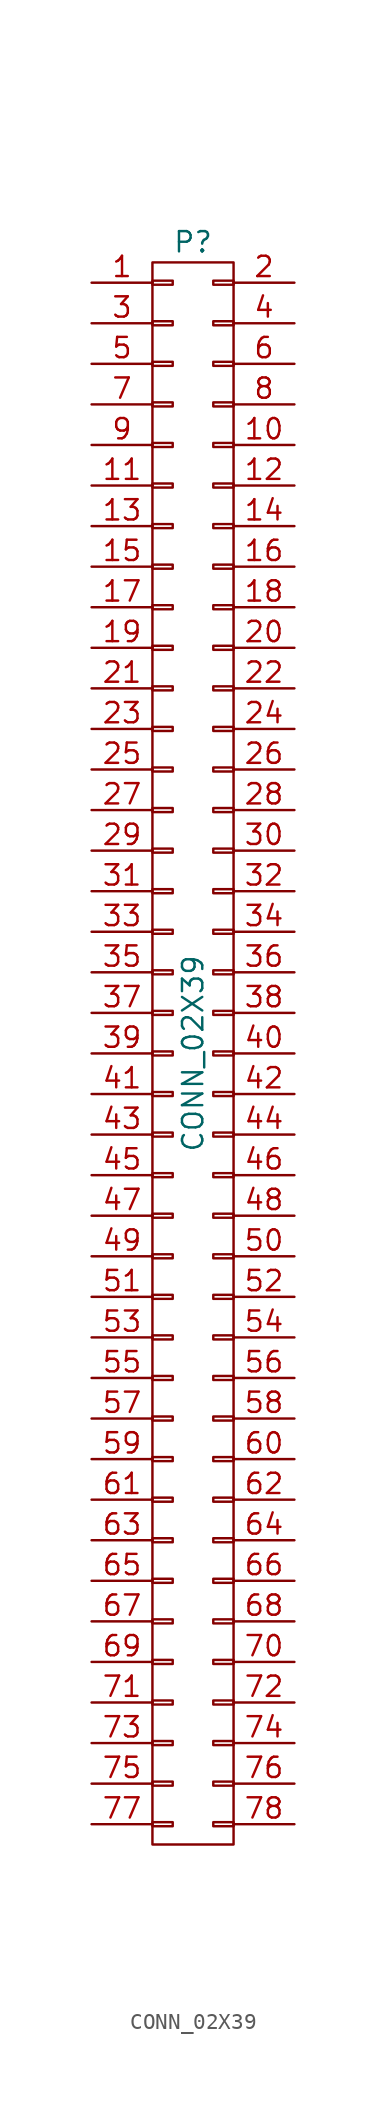
<source format=kicad_sym>
(kicad_symbol_lib
  (version 20211014)
  (generator kicad_symbol_editor)
  (symbol "CONN_02X39"
    (pin_names
      (offset 0.025) hide)
    (property "Reference" "P"
      (at 0 50.8 0)
      (effects (font (size 1.27 1.27))))
    (property "Value" "CONN_02X39"
      (at 0 0 90)
      (effects (font (size 1.27 1.27))))
    (property "Footprint" ""
      (at 0 -1.27 0)
      (effects (font (size 1.27 1.27))))
    (property "Datasheet" ""
      (at 0 -1.27 0)
      (effects (font (size 1.27 1.27))))
    (symbol "CONN_02X39_0_1"
      (rectangle (start -2.54 -49.53) (end 2.54 49.53) (stroke (width 0) (type default) (color 0 0 0 0)) (fill (type none)))
      (rectangle (start -2.54 -48.133) (end -1.27 -48.387) (stroke (width 0) (type default) (color 0 0 0 0)) (fill (type none)))
      (rectangle (start -2.54 -45.593) (end -1.27 -45.847) (stroke (width 0) (type default) (color 0 0 0 0)) (fill (type none)))
      (rectangle (start -2.54 -43.053) (end -1.27 -43.307) (stroke (width 0) (type default) (color 0 0 0 0)) (fill (type none)))
      (rectangle (start -2.54 -40.513) (end -1.27 -40.767) (stroke (width 0) (type default) (color 0 0 0 0)) (fill (type none)))
      (rectangle (start -2.54 -37.973) (end -1.27 -38.227) (stroke (width 0) (type default) (color 0 0 0 0)) (fill (type none)))
      (rectangle (start -2.54 -35.433) (end -1.27 -35.687) (stroke (width 0) (type default) (color 0 0 0 0)) (fill (type none)))
      (rectangle (start -2.54 -32.893) (end -1.27 -33.147) (stroke (width 0) (type default) (color 0 0 0 0)) (fill (type none)))
      (rectangle (start -2.54 -30.353) (end -1.27 -30.607) (stroke (width 0) (type default) (color 0 0 0 0)) (fill (type none)))
      (rectangle (start -2.54 -27.813) (end -1.27 -28.067) (stroke (width 0) (type default) (color 0 0 0 0)) (fill (type none)))
      (rectangle (start -2.54 -25.273) (end -1.27 -25.527) (stroke (width 0) (type default) (color 0 0 0 0)) (fill (type none)))
      (rectangle (start -2.54 -22.733) (end -1.27 -22.987) (stroke (width 0) (type default) (color 0 0 0 0)) (fill (type none)))
      (rectangle (start -2.54 -20.193) (end -1.27 -20.447) (stroke (width 0) (type default) (color 0 0 0 0)) (fill (type none)))
      (rectangle (start -2.54 -17.653) (end -1.27 -17.907) (stroke (width 0) (type default) (color 0 0 0 0)) (fill (type none)))
      (rectangle (start -2.54 -15.113) (end -1.27 -15.367) (stroke (width 0) (type default) (color 0 0 0 0)) (fill (type none)))
      (rectangle (start -2.54 -12.573) (end -1.27 -12.827) (stroke (width 0) (type default) (color 0 0 0 0)) (fill (type none)))
      (rectangle (start -2.54 -10.033) (end -1.27 -10.287) (stroke (width 0) (type default) (color 0 0 0 0)) (fill (type none)))
      (rectangle (start -2.54 -7.493) (end -1.27 -7.747) (stroke (width 0) (type default) (color 0 0 0 0)) (fill (type none)))
      (rectangle (start -2.54 -4.953) (end -1.27 -5.207) (stroke (width 0) (type default) (color 0 0 0 0)) (fill (type none)))
      (rectangle (start -2.54 -2.413) (end -1.27 -2.667) (stroke (width 0) (type default) (color 0 0 0 0)) (fill (type none)))
      (rectangle (start -2.54 0.127) (end -1.27 -0.127) (stroke (width 0) (type default) (color 0 0 0 0)) (fill (type none)))
      (rectangle (start -2.54 2.667) (end -1.27 2.413) (stroke (width 0) (type default) (color 0 0 0 0)) (fill (type none)))
      (rectangle (start -2.54 5.207) (end -1.27 4.953) (stroke (width 0) (type default) (color 0 0 0 0)) (fill (type none)))
      (rectangle (start -2.54 7.747) (end -1.27 7.493) (stroke (width 0) (type default) (color 0 0 0 0)) (fill (type none)))
      (rectangle (start -2.54 10.287) (end -1.27 10.033) (stroke (width 0) (type default) (color 0 0 0 0)) (fill (type none)))
      (rectangle (start -2.54 12.827) (end -1.27 12.573) (stroke (width 0) (type default) (color 0 0 0 0)) (fill (type none)))
      (rectangle (start -2.54 15.367) (end -1.27 15.113) (stroke (width 0) (type default) (color 0 0 0 0)) (fill (type none)))
      (rectangle (start -2.54 17.907) (end -1.27 17.653) (stroke (width 0) (type default) (color 0 0 0 0)) (fill (type none)))
      (rectangle (start -2.54 20.447) (end -1.27 20.193) (stroke (width 0) (type default) (color 0 0 0 0)) (fill (type none)))
      (rectangle (start -2.54 22.987) (end -1.27 22.733) (stroke (width 0) (type default) (color 0 0 0 0)) (fill (type none)))
      (rectangle (start -2.54 25.527) (end -1.27 25.273) (stroke (width 0) (type default) (color 0 0 0 0)) (fill (type none)))
      (rectangle (start -2.54 28.067) (end -1.27 27.813) (stroke (width 0) (type default) (color 0 0 0 0)) (fill (type none)))
      (rectangle (start -2.54 30.607) (end -1.27 30.353) (stroke (width 0) (type default) (color 0 0 0 0)) (fill (type none)))
      (rectangle (start -2.54 33.147) (end -1.27 32.893) (stroke (width 0) (type default) (color 0 0 0 0)) (fill (type none)))
      (rectangle (start -2.54 35.687) (end -1.27 35.433) (stroke (width 0) (type default) (color 0 0 0 0)) (fill (type none)))
      (rectangle (start -2.54 38.227) (end -1.27 37.973) (stroke (width 0) (type default) (color 0 0 0 0)) (fill (type none)))
      (rectangle (start -2.54 40.767) (end -1.27 40.513) (stroke (width 0) (type default) (color 0 0 0 0)) (fill (type none)))
      (rectangle (start -2.54 43.307) (end -1.27 43.053) (stroke (width 0) (type default) (color 0 0 0 0)) (fill (type none)))
      (rectangle (start -2.54 45.847) (end -1.27 45.593) (stroke (width 0) (type default) (color 0 0 0 0)) (fill (type none)))
      (rectangle (start -2.54 48.387) (end -1.27 48.133) (stroke (width 0) (type default) (color 0 0 0 0)) (fill (type none)))
      (rectangle (start 1.27 -48.133) (end 2.54 -48.387) (stroke (width 0) (type default) (color 0 0 0 0)) (fill (type none)))
      (rectangle (start 1.27 -45.593) (end 2.54 -45.847) (stroke (width 0) (type default) (color 0 0 0 0)) (fill (type none)))
      (rectangle (start 1.27 -43.053) (end 2.54 -43.307) (stroke (width 0) (type default) (color 0 0 0 0)) (fill (type none)))
      (rectangle (start 1.27 -40.513) (end 2.54 -40.767) (stroke (width 0) (type default) (color 0 0 0 0)) (fill (type none)))
      (rectangle (start 1.27 -37.973) (end 2.54 -38.227) (stroke (width 0) (type default) (color 0 0 0 0)) (fill (type none)))
      (rectangle (start 1.27 -35.433) (end 2.54 -35.687) (stroke (width 0) (type default) (color 0 0 0 0)) (fill (type none)))
      (rectangle (start 1.27 -32.893) (end 2.54 -33.147) (stroke (width 0) (type default) (color 0 0 0 0)) (fill (type none)))
      (rectangle (start 1.27 -30.353) (end 2.54 -30.607) (stroke (width 0) (type default) (color 0 0 0 0)) (fill (type none)))
      (rectangle (start 1.27 -27.813) (end 2.54 -28.067) (stroke (width 0) (type default) (color 0 0 0 0)) (fill (type none)))
      (rectangle (start 1.27 -25.273) (end 2.54 -25.527) (stroke (width 0) (type default) (color 0 0 0 0)) (fill (type none)))
      (rectangle (start 1.27 -22.733) (end 2.54 -22.987) (stroke (width 0) (type default) (color 0 0 0 0)) (fill (type none)))
      (rectangle (start 1.27 -20.193) (end 2.54 -20.447) (stroke (width 0) (type default) (color 0 0 0 0)) (fill (type none)))
      (rectangle (start 1.27 -17.653) (end 2.54 -17.907) (stroke (width 0) (type default) (color 0 0 0 0)) (fill (type none)))
      (rectangle (start 1.27 -15.113) (end 2.54 -15.367) (stroke (width 0) (type default) (color 0 0 0 0)) (fill (type none)))
      (rectangle (start 1.27 -12.573) (end 2.54 -12.827) (stroke (width 0) (type default) (color 0 0 0 0)) (fill (type none)))
      (rectangle (start 1.27 -10.033) (end 2.54 -10.287) (stroke (width 0) (type default) (color 0 0 0 0)) (fill (type none)))
      (rectangle (start 1.27 -7.493) (end 2.54 -7.747) (stroke (width 0) (type default) (color 0 0 0 0)) (fill (type none)))
      (rectangle (start 1.27 -4.953) (end 2.54 -5.207) (stroke (width 0) (type default) (color 0 0 0 0)) (fill (type none)))
      (rectangle (start 1.27 -2.413) (end 2.54 -2.667) (stroke (width 0) (type default) (color 0 0 0 0)) (fill (type none)))
      (rectangle (start 1.27 0.127) (end 2.54 -0.127) (stroke (width 0) (type default) (color 0 0 0 0)) (fill (type none)))
      (rectangle (start 1.27 2.667) (end 2.54 2.413) (stroke (width 0) (type default) (color 0 0 0 0)) (fill (type none)))
      (rectangle (start 1.27 5.207) (end 2.54 4.953) (stroke (width 0) (type default) (color 0 0 0 0)) (fill (type none)))
      (rectangle (start 1.27 7.747) (end 2.54 7.493) (stroke (width 0) (type default) (color 0 0 0 0)) (fill (type none)))
      (rectangle (start 1.27 10.287) (end 2.54 10.033) (stroke (width 0) (type default) (color 0 0 0 0)) (fill (type none)))
      (rectangle (start 1.27 12.827) (end 2.54 12.573) (stroke (width 0) (type default) (color 0 0 0 0)) (fill (type none)))
      (rectangle (start 1.27 15.367) (end 2.54 15.113) (stroke (width 0) (type default) (color 0 0 0 0)) (fill (type none)))
      (rectangle (start 1.27 17.907) (end 2.54 17.653) (stroke (width 0) (type default) (color 0 0 0 0)) (fill (type none)))
      (rectangle (start 1.27 20.447) (end 2.54 20.193) (stroke (width 0) (type default) (color 0 0 0 0)) (fill (type none)))
      (rectangle (start 1.27 22.987) (end 2.54 22.733) (stroke (width 0) (type default) (color 0 0 0 0)) (fill (type none)))
      (rectangle (start 1.27 25.527) (end 2.54 25.273) (stroke (width 0) (type default) (color 0 0 0 0)) (fill (type none)))
      (rectangle (start 1.27 28.067) (end 2.54 27.813) (stroke (width 0) (type default) (color 0 0 0 0)) (fill (type none)))
      (rectangle (start 1.27 30.607) (end 2.54 30.353) (stroke (width 0) (type default) (color 0 0 0 0)) (fill (type none)))
      (rectangle (start 1.27 33.147) (end 2.54 32.893) (stroke (width 0) (type default) (color 0 0 0 0)) (fill (type none)))
      (rectangle (start 1.27 35.687) (end 2.54 35.433) (stroke (width 0) (type default) (color 0 0 0 0)) (fill (type none)))
      (rectangle (start 1.27 38.227) (end 2.54 37.973) (stroke (width 0) (type default) (color 0 0 0 0)) (fill (type none)))
      (rectangle (start 1.27 40.767) (end 2.54 40.513) (stroke (width 0) (type default) (color 0 0 0 0)) (fill (type none)))
      (rectangle (start 1.27 43.307) (end 2.54 43.053) (stroke (width 0) (type default) (color 0 0 0 0)) (fill (type none)))
      (rectangle (start 1.27 45.847) (end 2.54 45.593) (stroke (width 0) (type default) (color 0 0 0 0)) (fill (type none)))
      (rectangle (start 1.27 48.387) (end 2.54 48.133) (stroke (width 0) (type default) (color 0 0 0 0)) (fill (type none))))
    (symbol "CONN_02X39_1_1"
      (pin passive line (at -6.35 48.26 0) (length 3.81) (name "P1" (effects (font (size 1.27 1.27)))) (number "1" (effects (font (size 1.27 1.27)))))
      (pin passive line (at 6.35 38.1 180) (length 3.81) (name "P10" (effects (font (size 1.27 1.27)))) (number "10" (effects (font (size 1.27 1.27)))))
      (pin passive line (at -6.35 35.56 0) (length 3.81) (name "P11" (effects (font (size 1.27 1.27)))) (number "11" (effects (font (size 1.27 1.27)))))
      (pin passive line (at 6.35 35.56 180) (length 3.81) (name "P12" (effects (font (size 1.27 1.27)))) (number "12" (effects (font (size 1.27 1.27)))))
      (pin passive line (at -6.35 33.02 0) (length 3.81) (name "P13" (effects (font (size 1.27 1.27)))) (number "13" (effects (font (size 1.27 1.27)))))
      (pin passive line (at 6.35 33.02 180) (length 3.81) (name "P14" (effects (font (size 1.27 1.27)))) (number "14" (effects (font (size 1.27 1.27)))))
      (pin passive line (at -6.35 30.48 0) (length 3.81) (name "P15" (effects (font (size 1.27 1.27)))) (number "15" (effects (font (size 1.27 1.27)))))
      (pin passive line (at 6.35 30.48 180) (length 3.81) (name "P16" (effects (font (size 1.27 1.27)))) (number "16" (effects (font (size 1.27 1.27)))))
      (pin passive line (at -6.35 27.94 0) (length 3.81) (name "P17" (effects (font (size 1.27 1.27)))) (number "17" (effects (font (size 1.27 1.27)))))
      (pin passive line (at 6.35 27.94 180) (length 3.81) (name "P18" (effects (font (size 1.27 1.27)))) (number "18" (effects (font (size 1.27 1.27)))))
      (pin passive line (at -6.35 25.4 0) (length 3.81) (name "P19" (effects (font (size 1.27 1.27)))) (number "19" (effects (font (size 1.27 1.27)))))
      (pin passive line (at 6.35 48.26 180) (length 3.81) (name "P2" (effects (font (size 1.27 1.27)))) (number "2" (effects (font (size 1.27 1.27)))))
      (pin passive line (at 6.35 25.4 180) (length 3.81) (name "P20" (effects (font (size 1.27 1.27)))) (number "20" (effects (font (size 1.27 1.27)))))
      (pin passive line (at -6.35 22.86 0) (length 3.81) (name "P21" (effects (font (size 1.27 1.27)))) (number "21" (effects (font (size 1.27 1.27)))))
      (pin passive line (at 6.35 22.86 180) (length 3.81) (name "P22" (effects (font (size 1.27 1.27)))) (number "22" (effects (font (size 1.27 1.27)))))
      (pin passive line (at -6.35 20.32 0) (length 3.81) (name "P23" (effects (font (size 1.27 1.27)))) (number "23" (effects (font (size 1.27 1.27)))))
      (pin passive line (at 6.35 20.32 180) (length 3.81) (name "P24" (effects (font (size 1.27 1.27)))) (number "24" (effects (font (size 1.27 1.27)))))
      (pin passive line (at -6.35 17.78 0) (length 3.81) (name "P25" (effects (font (size 1.27 1.27)))) (number "25" (effects (font (size 1.27 1.27)))))
      (pin passive line (at 6.35 17.78 180) (length 3.81) (name "P26" (effects (font (size 1.27 1.27)))) (number "26" (effects (font (size 1.27 1.27)))))
      (pin passive line (at -6.35 15.24 0) (length 3.81) (name "P27" (effects (font (size 1.27 1.27)))) (number "27" (effects (font (size 1.27 1.27)))))
      (pin passive line (at 6.35 15.24 180) (length 3.81) (name "P28" (effects (font (size 1.27 1.27)))) (number "28" (effects (font (size 1.27 1.27)))))
      (pin passive line (at -6.35 12.7 0) (length 3.81) (name "P29" (effects (font (size 1.27 1.27)))) (number "29" (effects (font (size 1.27 1.27)))))
      (pin passive line (at -6.35 45.72 0) (length 3.81) (name "P3" (effects (font (size 1.27 1.27)))) (number "3" (effects (font (size 1.27 1.27)))))
      (pin passive line (at 6.35 12.7 180) (length 3.81) (name "P30" (effects (font (size 1.27 1.27)))) (number "30" (effects (font (size 1.27 1.27)))))
      (pin passive line (at -6.35 10.16 0) (length 3.81) (name "P31" (effects (font (size 1.27 1.27)))) (number "31" (effects (font (size 1.27 1.27)))))
      (pin passive line (at 6.35 10.16 180) (length 3.81) (name "P32" (effects (font (size 1.27 1.27)))) (number "32" (effects (font (size 1.27 1.27)))))
      (pin passive line (at -6.35 7.62 0) (length 3.81) (name "P33" (effects (font (size 1.27 1.27)))) (number "33" (effects (font (size 1.27 1.27)))))
      (pin passive line (at 6.35 7.62 180) (length 3.81) (name "P34" (effects (font (size 1.27 1.27)))) (number "34" (effects (font (size 1.27 1.27)))))
      (pin passive line (at -6.35 5.08 0) (length 3.81) (name "P35" (effects (font (size 1.27 1.27)))) (number "35" (effects (font (size 1.27 1.27)))))
      (pin passive line (at 6.35 5.08 180) (length 3.81) (name "P36" (effects (font (size 1.27 1.27)))) (number "36" (effects (font (size 1.27 1.27)))))
      (pin passive line (at -6.35 2.54 0) (length 3.81) (name "P37" (effects (font (size 1.27 1.27)))) (number "37" (effects (font (size 1.27 1.27)))))
      (pin passive line (at 6.35 2.54 180) (length 3.81) (name "P38" (effects (font (size 1.27 1.27)))) (number "38" (effects (font (size 1.27 1.27)))))
      (pin passive line (at -6.35 0 0) (length 3.81) (name "P39" (effects (font (size 1.27 1.27)))) (number "39" (effects (font (size 1.27 1.27)))))
      (pin passive line (at 6.35 45.72 180) (length 3.81) (name "P4" (effects (font (size 1.27 1.27)))) (number "4" (effects (font (size 1.27 1.27)))))
      (pin passive line (at 6.35 0 180) (length 3.81) (name "P40" (effects (font (size 1.27 1.27)))) (number "40" (effects (font (size 1.27 1.27)))))
      (pin passive line (at -6.35 -2.54 0) (length 3.81) (name "P41" (effects (font (size 1.27 1.27)))) (number "41" (effects (font (size 1.27 1.27)))))
      (pin passive line (at 6.35 -2.54 180) (length 3.81) (name "P42" (effects (font (size 1.27 1.27)))) (number "42" (effects (font (size 1.27 1.27)))))
      (pin passive line (at -6.35 -5.08 0) (length 3.81) (name "P43" (effects (font (size 1.27 1.27)))) (number "43" (effects (font (size 1.27 1.27)))))
      (pin passive line (at 6.35 -5.08 180) (length 3.81) (name "P44" (effects (font (size 1.27 1.27)))) (number "44" (effects (font (size 1.27 1.27)))))
      (pin passive line (at -6.35 -7.62 0) (length 3.81) (name "P45" (effects (font (size 1.27 1.27)))) (number "45" (effects (font (size 1.27 1.27)))))
      (pin passive line (at 6.35 -7.62 180) (length 3.81) (name "P46" (effects (font (size 1.27 1.27)))) (number "46" (effects (font (size 1.27 1.27)))))
      (pin passive line (at -6.35 -10.16 0) (length 3.81) (name "P47" (effects (font (size 1.27 1.27)))) (number "47" (effects (font (size 1.27 1.27)))))
      (pin passive line (at 6.35 -10.16 180) (length 3.81) (name "P48" (effects (font (size 1.27 1.27)))) (number "48" (effects (font (size 1.27 1.27)))))
      (pin passive line (at -6.35 -12.7 0) (length 3.81) (name "P49" (effects (font (size 1.27 1.27)))) (number "49" (effects (font (size 1.27 1.27)))))
      (pin passive line (at -6.35 43.18 0) (length 3.81) (name "P5" (effects (font (size 1.27 1.27)))) (number "5" (effects (font (size 1.27 1.27)))))
      (pin passive line (at 6.35 -12.7 180) (length 3.81) (name "P50" (effects (font (size 1.27 1.27)))) (number "50" (effects (font (size 1.27 1.27)))))
      (pin passive line (at -6.35 -15.24 0) (length 3.81) (name "P51" (effects (font (size 1.27 1.27)))) (number "51" (effects (font (size 1.27 1.27)))))
      (pin passive line (at 6.35 -15.24 180) (length 3.81) (name "P52" (effects (font (size 1.27 1.27)))) (number "52" (effects (font (size 1.27 1.27)))))
      (pin passive line (at -6.35 -17.78 0) (length 3.81) (name "P53" (effects (font (size 1.27 1.27)))) (number "53" (effects (font (size 1.27 1.27)))))
      (pin passive line (at 6.35 -17.78 180) (length 3.81) (name "P54" (effects (font (size 1.27 1.27)))) (number "54" (effects (font (size 1.27 1.27)))))
      (pin passive line (at -6.35 -20.32 0) (length 3.81) (name "P55" (effects (font (size 1.27 1.27)))) (number "55" (effects (font (size 1.27 1.27)))))
      (pin passive line (at 6.35 -20.32 180) (length 3.81) (name "P56" (effects (font (size 1.27 1.27)))) (number "56" (effects (font (size 1.27 1.27)))))
      (pin passive line (at -6.35 -22.86 0) (length 3.81) (name "P57" (effects (font (size 1.27 1.27)))) (number "57" (effects (font (size 1.27 1.27)))))
      (pin passive line (at 6.35 -22.86 180) (length 3.81) (name "P58" (effects (font (size 1.27 1.27)))) (number "58" (effects (font (size 1.27 1.27)))))
      (pin passive line (at -6.35 -25.4 0) (length 3.81) (name "P59" (effects (font (size 1.27 1.27)))) (number "59" (effects (font (size 1.27 1.27)))))
      (pin passive line (at 6.35 43.18 180) (length 3.81) (name "P6" (effects (font (size 1.27 1.27)))) (number "6" (effects (font (size 1.27 1.27)))))
      (pin passive line (at 6.35 -25.4 180) (length 3.81) (name "P60" (effects (font (size 1.27 1.27)))) (number "60" (effects (font (size 1.27 1.27)))))
      (pin passive line (at -6.35 -27.94 0) (length 3.81) (name "P61" (effects (font (size 1.27 1.27)))) (number "61" (effects (font (size 1.27 1.27)))))
      (pin passive line (at 6.35 -27.94 180) (length 3.81) (name "P62" (effects (font (size 1.27 1.27)))) (number "62" (effects (font (size 1.27 1.27)))))
      (pin passive line (at -6.35 -30.48 0) (length 3.81) (name "P63" (effects (font (size 1.27 1.27)))) (number "63" (effects (font (size 1.27 1.27)))))
      (pin passive line (at 6.35 -30.48 180) (length 3.81) (name "P64" (effects (font (size 1.27 1.27)))) (number "64" (effects (font (size 1.27 1.27)))))
      (pin passive line (at -6.35 -33.02 0) (length 3.81) (name "P65" (effects (font (size 1.27 1.27)))) (number "65" (effects (font (size 1.27 1.27)))))
      (pin passive line (at 6.35 -33.02 180) (length 3.81) (name "P66" (effects (font (size 1.27 1.27)))) (number "66" (effects (font (size 1.27 1.27)))))
      (pin passive line (at -6.35 -35.56 0) (length 3.81) (name "P67" (effects (font (size 1.27 1.27)))) (number "67" (effects (font (size 1.27 1.27)))))
      (pin passive line (at 6.35 -35.56 180) (length 3.81) (name "P68" (effects (font (size 1.27 1.27)))) (number "68" (effects (font (size 1.27 1.27)))))
      (pin passive line (at -6.35 -38.1 0) (length 3.81) (name "P69" (effects (font (size 1.27 1.27)))) (number "69" (effects (font (size 1.27 1.27)))))
      (pin passive line (at -6.35 40.64 0) (length 3.81) (name "P7" (effects (font (size 1.27 1.27)))) (number "7" (effects (font (size 1.27 1.27)))))
      (pin passive line (at 6.35 -38.1 180) (length 3.81) (name "P70" (effects (font (size 1.27 1.27)))) (number "70" (effects (font (size 1.27 1.27)))))
      (pin passive line (at -6.35 -40.64 0) (length 3.81) (name "P71" (effects (font (size 1.27 1.27)))) (number "71" (effects (font (size 1.27 1.27)))))
      (pin passive line (at 6.35 -40.64 180) (length 3.81) (name "P72" (effects (font (size 1.27 1.27)))) (number "72" (effects (font (size 1.27 1.27)))))
      (pin passive line (at -6.35 -43.18 0) (length 3.81) (name "P73" (effects (font (size 1.27 1.27)))) (number "73" (effects (font (size 1.27 1.27)))))
      (pin passive line (at 6.35 -43.18 180) (length 3.81) (name "P74" (effects (font (size 1.27 1.27)))) (number "74" (effects (font (size 1.27 1.27)))))
      (pin passive line (at -6.35 -45.72 0) (length 3.81) (name "P75" (effects (font (size 1.27 1.27)))) (number "75" (effects (font (size 1.27 1.27)))))
      (pin passive line (at 6.35 -45.72 180) (length 3.81) (name "P76" (effects (font (size 1.27 1.27)))) (number "76" (effects (font (size 1.27 1.27)))))
      (pin passive line (at -6.35 -48.26 0) (length 3.81) (name "P77" (effects (font (size 1.27 1.27)))) (number "77" (effects (font (size 1.27 1.27)))))
      (pin passive line (at 6.35 -48.26 180) (length 3.81) (name "P78" (effects (font (size 1.27 1.27)))) (number "78" (effects (font (size 1.27 1.27)))))
      (pin passive line (at 6.35 40.64 180) (length 3.81) (name "P8" (effects (font (size 1.27 1.27)))) (number "8" (effects (font (size 1.27 1.27)))))
      (pin passive line (at -6.35 38.1 0) (length 3.81) (name "P9" (effects (font (size 1.27 1.27)))) (number "9" (effects (font (size 1.27 1.27))))))))
</source>
